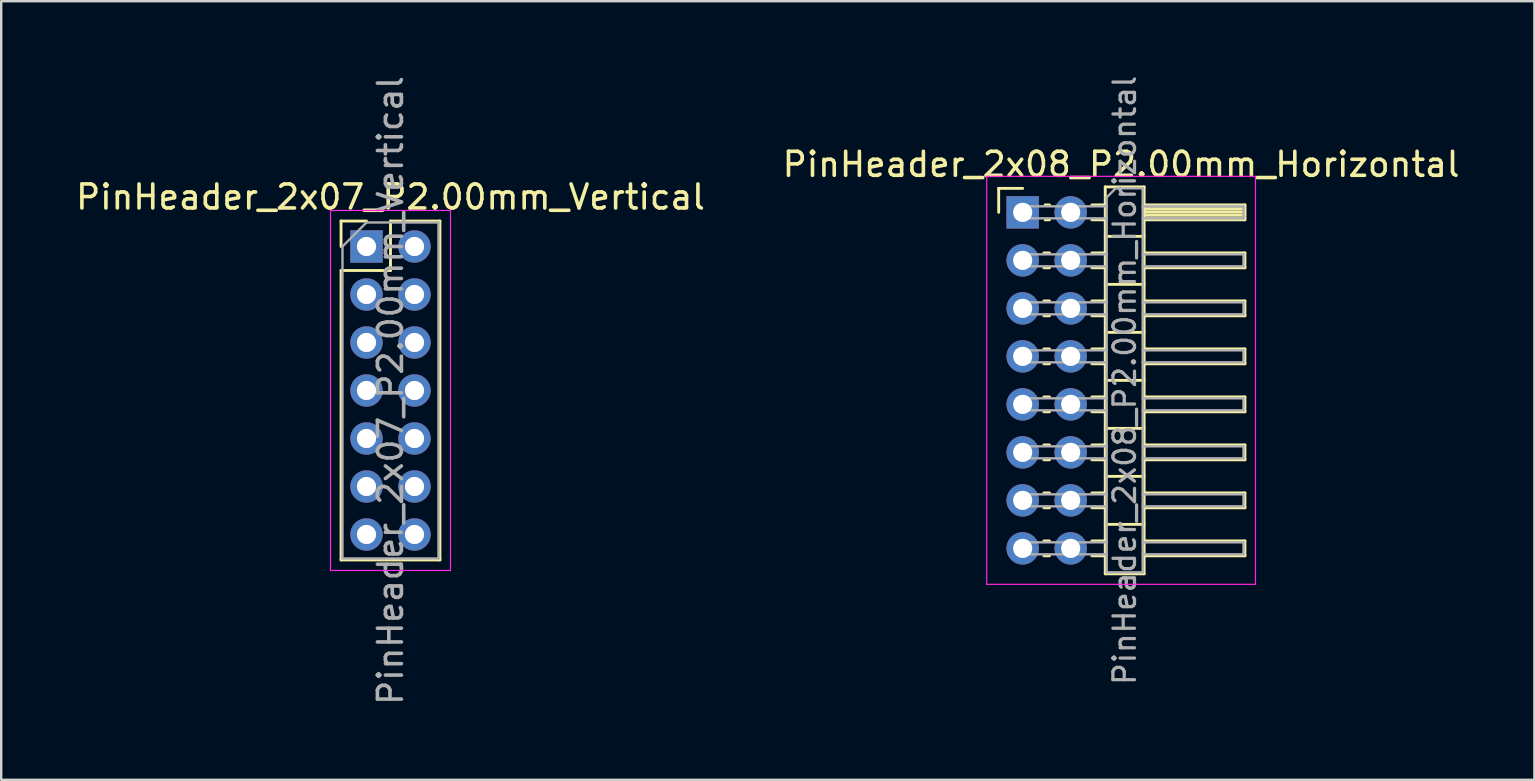
<source format=kicad_pcb>
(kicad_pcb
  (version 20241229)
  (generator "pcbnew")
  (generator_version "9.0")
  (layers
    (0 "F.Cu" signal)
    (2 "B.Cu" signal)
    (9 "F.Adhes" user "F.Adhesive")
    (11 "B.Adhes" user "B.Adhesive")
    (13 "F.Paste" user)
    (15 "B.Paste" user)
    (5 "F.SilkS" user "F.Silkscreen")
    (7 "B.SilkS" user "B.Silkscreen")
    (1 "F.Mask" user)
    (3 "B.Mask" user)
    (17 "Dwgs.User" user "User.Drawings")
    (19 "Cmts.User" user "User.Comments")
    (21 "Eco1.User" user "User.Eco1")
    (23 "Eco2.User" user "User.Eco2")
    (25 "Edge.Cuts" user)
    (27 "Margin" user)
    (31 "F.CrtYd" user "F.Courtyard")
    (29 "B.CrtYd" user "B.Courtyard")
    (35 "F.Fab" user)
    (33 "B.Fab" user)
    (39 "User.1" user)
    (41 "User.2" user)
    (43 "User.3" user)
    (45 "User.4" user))
  (footprint "PinHeader_2x08_P2.00mm_Horizontal"
    (layer "F.Cu")
    (at 39.561 5.798)
    (property "Reference" "PinHeader_2x08_P2.00mm_Horizontal" (at 4.1 -2 0) (layer "F.SilkS") (effects (font (size 1 1) (thickness 0.15))))
    (attr through_hole)
    (fp_line (start -1 -1) (end 0 -1) (stroke (width 0.12) (type solid)) (layer "F.SilkS"))
    (fp_line (start -1 0) (end -1 -1) (stroke (width 0.12) (type solid)) (layer "F.SilkS"))
    (fp_line (start 0.882 1.69) (end 1.118 1.69) (stroke (width 0.12) (type solid)) (layer "F.SilkS"))
    (fp_line (start 0.882 2.31) (end 1.118 2.31) (stroke (width 0.12) (type solid)) (layer "F.SilkS"))
    (fp_line (start 0.882 3.69) (end 1.118 3.69) (stroke (width 0.12) (type solid)) (layer "F.SilkS"))
    (fp_line (start 0.882 4.31) (end 1.118 4.31) (stroke (width 0.12) (type solid)) (layer "F.SilkS"))
    (fp_line (start 0.882 5.69) (end 1.118 5.69) (stroke (width 0.12) (type solid)) (layer "F.SilkS"))
    (fp_line (start 0.882 6.31) (end 1.118 6.31) (stroke (width 0.12) (type solid)) (layer "F.SilkS"))
    (fp_line (start 0.882 7.69) (end 1.118 7.69) (stroke (width 0.12) (type solid)) (layer "F.SilkS"))
    (fp_line (start 0.882 8.31) (end 1.118 8.31) (stroke (width 0.12) (type solid)) (layer "F.SilkS"))
    (fp_line (start 0.882 9.69) (end 1.118 9.69) (stroke (width 0.12) (type solid)) (layer "F.SilkS"))
    (fp_line (start 0.882 10.31) (end 1.118 10.31) (stroke (width 0.12) (type solid)) (layer "F.SilkS"))
    (fp_line (start 0.882 11.69) (end 1.118 11.69) (stroke (width 0.12) (type solid)) (layer "F.SilkS"))
    (fp_line (start 0.882 12.31) (end 1.118 12.31) (stroke (width 0.12) (type solid)) (layer "F.SilkS"))
    (fp_line (start 0.882 13.69) (end 1.118 13.69) (stroke (width 0.12) (type solid)) (layer "F.SilkS"))
    (fp_line (start 0.882 14.31) (end 1.118 14.31) (stroke (width 0.12) (type solid)) (layer "F.SilkS"))
    (fp_line (start 0.935 -0.31) (end 1.118 -0.31) (stroke (width 0.12) (type solid)) (layer "F.SilkS"))
    (fp_line (start 0.935 0.31) (end 1.118 0.31) (stroke (width 0.12) (type solid)) (layer "F.SilkS"))
    (fp_line (start 2.882 -0.31) (end 3.44 -0.31) (stroke (width 0.12) (type solid)) (layer "F.SilkS"))
    (fp_line (start 2.882 0.31) (end 3.44 0.31) (stroke (width 0.12) (type solid)) (layer "F.SilkS"))
    (fp_line (start 2.882 1.69) (end 3.44 1.69) (stroke (width 0.12) (type solid)) (layer "F.SilkS"))
    (fp_line (start 2.882 2.31) (end 3.44 2.31) (stroke (width 0.12) (type solid)) (layer "F.SilkS"))
    (fp_line (start 2.882 3.69) (end 3.44 3.69) (stroke (width 0.12) (type solid)) (layer "F.SilkS"))
    (fp_line (start 2.882 4.31) (end 3.44 4.31) (stroke (width 0.12) (type solid)) (layer "F.SilkS"))
    (fp_line (start 2.882 5.69) (end 3.44 5.69) (stroke (width 0.12) (type solid)) (layer "F.SilkS"))
    (fp_line (start 2.882 6.31) (end 3.44 6.31) (stroke (width 0.12) (type solid)) (layer "F.SilkS"))
    (fp_line (start 2.882 7.69) (end 3.44 7.69) (stroke (width 0.12) (type solid)) (layer "F.SilkS"))
    (fp_line (start 2.882 8.31) (end 3.44 8.31) (stroke (width 0.12) (type solid)) (layer "F.SilkS"))
    (fp_line (start 2.882 9.69) (end 3.44 9.69) (stroke (width 0.12) (type solid)) (layer "F.SilkS"))
    (fp_line (start 2.882 10.31) (end 3.44 10.31) (stroke (width 0.12) (type solid)) (layer "F.SilkS"))
    (fp_line (start 2.882 11.69) (end 3.44 11.69) (stroke (width 0.12) (type solid)) (layer "F.SilkS"))
    (fp_line (start 2.882 12.31) (end 3.44 12.31) (stroke (width 0.12) (type solid)) (layer "F.SilkS"))
    (fp_line (start 2.882 13.69) (end 3.44 13.69) (stroke (width 0.12) (type solid)) (layer "F.SilkS"))
    (fp_line (start 2.882 14.31) (end 3.44 14.31) (stroke (width 0.12) (type solid)) (layer "F.SilkS"))
    (fp_line (start 3.44 -1.06) (end 3.44 15.06) (stroke (width 0.12) (type solid)) (layer "F.SilkS"))
    (fp_line (start 3.44 1) (end 5.06 1) (stroke (width 0.12) (type solid)) (layer "F.SilkS"))
    (fp_line (start 3.44 3) (end 5.06 3) (stroke (width 0.12) (type solid)) (layer "F.SilkS"))
    (fp_line (start 3.44 5) (end 5.06 5) (stroke (width 0.12) (type solid)) (layer "F.SilkS"))
    (fp_line (start 3.44 7) (end 5.06 7) (stroke (width 0.12) (type solid)) (layer "F.SilkS"))
    (fp_line (start 3.44 9) (end 5.06 9) (stroke (width 0.12) (type solid)) (layer "F.SilkS"))
    (fp_line (start 3.44 11) (end 5.06 11) (stroke (width 0.12) (type solid)) (layer "F.SilkS"))
    (fp_line (start 3.44 13) (end 5.06 13) (stroke (width 0.12) (type solid)) (layer "F.SilkS"))
    (fp_line (start 3.44 15.06) (end 5.06 15.06) (stroke (width 0.12) (type solid)) (layer "F.SilkS"))
    (fp_line (start 5.06 -1.06) (end 3.44 -1.06) (stroke (width 0.12) (type solid)) (layer "F.SilkS"))
    (fp_line (start 5.06 -0.31) (end 9.26 -0.31) (stroke (width 0.12) (type solid)) (layer "F.SilkS"))
    (fp_line (start 5.06 -0.25) (end 9.26 -0.25) (stroke (width 0.12) (type solid)) (layer "F.SilkS"))
    (fp_line (start 5.06 -0.13) (end 9.26 -0.13) (stroke (width 0.12) (type solid)) (layer "F.SilkS"))
    (fp_line (start 5.06 -0.01) (end 9.26 -0.01) (stroke (width 0.12) (type solid)) (layer "F.SilkS"))
    (fp_line (start 5.06 0.11) (end 9.26 0.11) (stroke (width 0.12) (type solid)) (layer "F.SilkS"))
    (fp_line (start 5.06 0.23) (end 9.26 0.23) (stroke (width 0.12) (type solid)) (layer "F.SilkS"))
    (fp_line (start 5.06 1.69) (end 9.26 1.69) (stroke (width 0.12) (type solid)) (layer "F.SilkS"))
    (fp_line (start 5.06 3.69) (end 9.26 3.69) (stroke (width 0.12) (type solid)) (layer "F.SilkS"))
    (fp_line (start 5.06 5.69) (end 9.26 5.69) (stroke (width 0.12) (type solid)) (layer "F.SilkS"))
    (fp_line (start 5.06 7.69) (end 9.26 7.69) (stroke (width 0.12) (type solid)) (layer "F.SilkS"))
    (fp_line (start 5.06 9.69) (end 9.26 9.69) (stroke (width 0.12) (type solid)) (layer "F.SilkS"))
    (fp_line (start 5.06 11.69) (end 9.26 11.69) (stroke (width 0.12) (type solid)) (layer "F.SilkS"))
    (fp_line (start 5.06 13.69) (end 9.26 13.69) (stroke (width 0.12) (type solid)) (layer "F.SilkS"))
    (fp_line (start 5.06 15.06) (end 5.06 -1.06) (stroke (width 0.12) (type solid)) (layer "F.SilkS"))
    (fp_line (start 9.26 -0.31) (end 9.26 0.31) (stroke (width 0.12) (type solid)) (layer "F.SilkS"))
    (fp_line (start 9.26 0.31) (end 5.06 0.31) (stroke (width 0.12) (type solid)) (layer "F.SilkS"))
    (fp_line (start 9.26 1.69) (end 9.26 2.31) (stroke (width 0.12) (type solid)) (layer "F.SilkS"))
    (fp_line (start 9.26 2.31) (end 5.06 2.31) (stroke (width 0.12) (type solid)) (layer "F.SilkS"))
    (fp_line (start 9.26 3.69) (end 9.26 4.31) (stroke (width 0.12) (type solid)) (layer "F.SilkS"))
    (fp_line (start 9.26 4.31) (end 5.06 4.31) (stroke (width 0.12) (type solid)) (layer "F.SilkS"))
    (fp_line (start 9.26 5.69) (end 9.26 6.31) (stroke (width 0.12) (type solid)) (layer "F.SilkS"))
    (fp_line (start 9.26 6.31) (end 5.06 6.31) (stroke (width 0.12) (type solid)) (layer "F.SilkS"))
    (fp_line (start 9.26 7.69) (end 9.26 8.31) (stroke (width 0.12) (type solid)) (layer "F.SilkS"))
    (fp_line (start 9.26 8.31) (end 5.06 8.31) (stroke (width 0.12) (type solid)) (layer "F.SilkS"))
    (fp_line (start 9.26 9.69) (end 9.26 10.31) (stroke (width 0.12) (type solid)) (layer "F.SilkS"))
    (fp_line (start 9.26 10.31) (end 5.06 10.31) (stroke (width 0.12) (type solid)) (layer "F.SilkS"))
    (fp_line (start 9.26 11.69) (end 9.26 12.31) (stroke (width 0.12) (type solid)) (layer "F.SilkS"))
    (fp_line (start 9.26 12.31) (end 5.06 12.31) (stroke (width 0.12) (type solid)) (layer "F.SilkS"))
    (fp_line (start 9.26 13.69) (end 9.26 14.31) (stroke (width 0.12) (type solid)) (layer "F.SilkS"))
    (fp_line (start 9.26 14.31) (end 5.06 14.31) (stroke (width 0.12) (type solid)) (layer "F.SilkS"))
    (fp_line (start -1.5 -1.5) (end -1.5 15.5) (stroke (width 0.05) (type solid)) (layer "F.CrtYd"))
    (fp_line (start -1.5 15.5) (end 9.7 15.5) (stroke (width 0.05) (type solid)) (layer "F.CrtYd"))
    (fp_line (start 9.7 -1.5) (end -1.5 -1.5) (stroke (width 0.05) (type solid)) (layer "F.CrtYd"))
    (fp_line (start 9.7 15.5) (end 9.7 -1.5) (stroke (width 0.05) (type solid)) (layer "F.CrtYd"))
    (fp_line (start -0.25 -0.25) (end -0.25 0.25) (stroke (width 0.1) (type solid)) (layer "F.Fab"))
    (fp_line (start -0.25 -0.25) (end 3.5 -0.25) (stroke (width 0.1) (type solid)) (layer "F.Fab"))
    (fp_line (start -0.25 0.25) (end 3.5 0.25) (stroke (width 0.1) (type solid)) (layer "F.Fab"))
    (fp_line (start -0.25 1.75) (end -0.25 2.25) (stroke (width 0.1) (type solid)) (layer "F.Fab"))
    (fp_line (start -0.25 1.75) (end 3.5 1.75) (stroke (width 0.1) (type solid)) (layer "F.Fab"))
    (fp_line (start -0.25 2.25) (end 3.5 2.25) (stroke (width 0.1) (type solid)) (layer "F.Fab"))
    (fp_line (start -0.25 3.75) (end -0.25 4.25) (stroke (width 0.1) (type solid)) (layer "F.Fab"))
    (fp_line (start -0.25 3.75) (end 3.5 3.75) (stroke (width 0.1) (type solid)) (layer "F.Fab"))
    (fp_line (start -0.25 4.25) (end 3.5 4.25) (stroke (width 0.1) (type solid)) (layer "F.Fab"))
    (fp_line (start -0.25 5.75) (end -0.25 6.25) (stroke (width 0.1) (type solid)) (layer "F.Fab"))
    (fp_line (start -0.25 5.75) (end 3.5 5.75) (stroke (width 0.1) (type solid)) (layer "F.Fab"))
    (fp_line (start -0.25 6.25) (end 3.5 6.25) (stroke (width 0.1) (type solid)) (layer "F.Fab"))
    (fp_line (start -0.25 7.75) (end -0.25 8.25) (stroke (width 0.1) (type solid)) (layer "F.Fab"))
    (fp_line (start -0.25 7.75) (end 3.5 7.75) (stroke (width 0.1) (type solid)) (layer "F.Fab"))
    (fp_line (start -0.25 8.25) (end 3.5 8.25) (stroke (width 0.1) (type solid)) (layer "F.Fab"))
    (fp_line (start -0.25 9.75) (end -0.25 10.25) (stroke (width 0.1) (type solid)) (layer "F.Fab"))
    (fp_line (start -0.25 9.75) (end 3.5 9.75) (stroke (width 0.1) (type solid)) (layer "F.Fab"))
    (fp_line (start -0.25 10.25) (end 3.5 10.25) (stroke (width 0.1) (type solid)) (layer "F.Fab"))
    (fp_line (start -0.25 11.75) (end -0.25 12.25) (stroke (width 0.1) (type solid)) (layer "F.Fab"))
    (fp_line (start -0.25 11.75) (end 3.5 11.75) (stroke (width 0.1) (type solid)) (layer "F.Fab"))
    (fp_line (start -0.25 12.25) (end 3.5 12.25) (stroke (width 0.1) (type solid)) (layer "F.Fab"))
    (fp_line (start -0.25 13.75) (end -0.25 14.25) (stroke (width 0.1) (type solid)) (layer "F.Fab"))
    (fp_line (start -0.25 13.75) (end 3.5 13.75) (stroke (width 0.1) (type solid)) (layer "F.Fab"))
    (fp_line (start -0.25 14.25) (end 3.5 14.25) (stroke (width 0.1) (type solid)) (layer "F.Fab"))
    (fp_line (start 3.5 -0.625) (end 3.875 -1) (stroke (width 0.1) (type solid)) (layer "F.Fab"))
    (fp_line (start 3.5 15) (end 3.5 -0.625) (stroke (width 0.1) (type solid)) (layer "F.Fab"))
    (fp_line (start 3.875 -1) (end 5 -1) (stroke (width 0.1) (type solid)) (layer "F.Fab"))
    (fp_line (start 5 -1) (end 5 15) (stroke (width 0.1) (type solid)) (layer "F.Fab"))
    (fp_line (start 5 -0.25) (end 9.2 -0.25) (stroke (width 0.1) (type solid)) (layer "F.Fab"))
    (fp_line (start 5 0.25) (end 9.2 0.25) (stroke (width 0.1) (type solid)) (layer "F.Fab"))
    (fp_line (start 5 1.75) (end 9.2 1.75) (stroke (width 0.1) (type solid)) (layer "F.Fab"))
    (fp_line (start 5 2.25) (end 9.2 2.25) (stroke (width 0.1) (type solid)) (layer "F.Fab"))
    (fp_line (start 5 3.75) (end 9.2 3.75) (stroke (width 0.1) (type solid)) (layer "F.Fab"))
    (fp_line (start 5 4.25) (end 9.2 4.25) (stroke (width 0.1) (type solid)) (layer "F.Fab"))
    (fp_line (start 5 5.75) (end 9.2 5.75) (stroke (width 0.1) (type solid)) (layer "F.Fab"))
    (fp_line (start 5 6.25) (end 9.2 6.25) (stroke (width 0.1) (type solid)) (layer "F.Fab"))
    (fp_line (start 5 7.75) (end 9.2 7.75) (stroke (width 0.1) (type solid)) (layer "F.Fab"))
    (fp_line (start 5 8.25) (end 9.2 8.25) (stroke (width 0.1) (type solid)) (layer "F.Fab"))
    (fp_line (start 5 9.75) (end 9.2 9.75) (stroke (width 0.1) (type solid)) (layer "F.Fab"))
    (fp_line (start 5 10.25) (end 9.2 10.25) (stroke (width 0.1) (type solid)) (layer "F.Fab"))
    (fp_line (start 5 11.75) (end 9.2 11.75) (stroke (width 0.1) (type solid)) (layer "F.Fab"))
    (fp_line (start 5 12.25) (end 9.2 12.25) (stroke (width 0.1) (type solid)) (layer "F.Fab"))
    (fp_line (start 5 13.75) (end 9.2 13.75) (stroke (width 0.1) (type solid)) (layer "F.Fab"))
    (fp_line (start 5 14.25) (end 9.2 14.25) (stroke (width 0.1) (type solid)) (layer "F.Fab"))
    (fp_line (start 5 15) (end 3.5 15) (stroke (width 0.1) (type solid)) (layer "F.Fab"))
    (fp_line (start 9.2 -0.25) (end 9.2 0.25) (stroke (width 0.1) (type solid)) (layer "F.Fab"))
    (fp_line (start 9.2 1.75) (end 9.2 2.25) (stroke (width 0.1) (type solid)) (layer "F.Fab"))
    (fp_line (start 9.2 3.75) (end 9.2 4.25) (stroke (width 0.1) (type solid)) (layer "F.Fab"))
    (fp_line (start 9.2 5.75) (end 9.2 6.25) (stroke (width 0.1) (type solid)) (layer "F.Fab"))
    (fp_line (start 9.2 7.75) (end 9.2 8.25) (stroke (width 0.1) (type solid)) (layer "F.Fab"))
    (fp_line (start 9.2 9.75) (end 9.2 10.25) (stroke (width 0.1) (type solid)) (layer "F.Fab"))
    (fp_line (start 9.2 11.75) (end 9.2 12.25) (stroke (width 0.1) (type solid)) (layer "F.Fab"))
    (fp_line (start 9.2 13.75) (end 9.2 14.25) (stroke (width 0.1) (type solid)) (layer "F.Fab"))
    (fp_text user "${REFERENCE}" (at 4.25 7 90) (layer "F.Fab") (effects (font (size 0.9 0.9) (thickness 0.135))))
    (pad "1" thru_hole rect (at 0 0) (size 1.35 1.35) (drill 0.8) (layers "*.Cu" "*.Mask"))
    (pad "2" thru_hole oval (at 2 0) (size 1.35 1.35) (drill 0.8) (layers "*.Cu" "*.Mask"))
    (pad "3" thru_hole oval (at 0 2) (size 1.35 1.35) (drill 0.8) (layers "*.Cu" "*.Mask"))
    (pad "4" thru_hole oval (at 2 2) (size 1.35 1.35) (drill 0.8) (layers "*.Cu" "*.Mask"))
    (pad "5" thru_hole oval (at 0 4) (size 1.35 1.35) (drill 0.8) (layers "*.Cu" "*.Mask"))
    (pad "6" thru_hole oval (at 2 4) (size 1.35 1.35) (drill 0.8) (layers "*.Cu" "*.Mask"))
    (pad "7" thru_hole oval (at 0 6) (size 1.35 1.35) (drill 0.8) (layers "*.Cu" "*.Mask"))
    (pad "8" thru_hole oval (at 2 6) (size 1.35 1.35) (drill 0.8) (layers "*.Cu" "*.Mask"))
    (pad "9" thru_hole oval (at 0 8) (size 1.35 1.35) (drill 0.8) (layers "*.Cu" "*.Mask"))
    (pad "10" thru_hole oval (at 2 8) (size 1.35 1.35) (drill 0.8) (layers "*.Cu" "*.Mask"))
    (pad "11" thru_hole oval (at 0 10) (size 1.35 1.35) (drill 0.8) (layers "*.Cu" "*.Mask"))
    (pad "12" thru_hole oval (at 2 10) (size 1.35 1.35) (drill 0.8) (layers "*.Cu" "*.Mask"))
    (pad "13" thru_hole oval (at 0 12) (size 1.35 1.35) (drill 0.8) (layers "*.Cu" "*.Mask"))
    (pad "14" thru_hole oval (at 2 12) (size 1.35 1.35) (drill 0.8) (layers "*.Cu" "*.Mask"))
    (pad "15" thru_hole oval (at 0 14) (size 1.35 1.35) (drill 0.8) (layers "*.Cu" "*.Mask"))
    (pad "16" thru_hole oval (at 2 14) (size 1.35 1.35) (drill 0.8) (layers "*.Cu" "*.Mask")))
  (footprint "PinHeader_2x07_P2.00mm_Vertical"
    (layer "F.Cu")
    (at 12.22 7.22)
    (property "Reference" "PinHeader_2x07_P2.00mm_Vertical" (at 1 -2.06 0) (layer "F.SilkS") (effects (font (size 1 1) (thickness 0.15))))
    (attr through_hole)
    (fp_line (start -1.06 -1.06) (end 0 -1.06) (stroke (width 0.12) (type solid)) (layer "F.SilkS"))
    (fp_line (start -1.06 0) (end -1.06 -1.06) (stroke (width 0.12) (type solid)) (layer "F.SilkS"))
    (fp_line (start -1.06 1) (end -1.06 13.06) (stroke (width 0.12) (type solid)) (layer "F.SilkS"))
    (fp_line (start -1.06 1) (end 1 1) (stroke (width 0.12) (type solid)) (layer "F.SilkS"))
    (fp_line (start -1.06 13.06) (end 3.06 13.06) (stroke (width 0.12) (type solid)) (layer "F.SilkS"))
    (fp_line (start 1 -1.06) (end 3.06 -1.06) (stroke (width 0.12) (type solid)) (layer "F.SilkS"))
    (fp_line (start 1 1) (end 1 -1.06) (stroke (width 0.12) (type solid)) (layer "F.SilkS"))
    (fp_line (start 3.06 -1.06) (end 3.06 13.06) (stroke (width 0.12) (type solid)) (layer "F.SilkS"))
    (fp_line (start -1.5 -1.5) (end -1.5 13.5) (stroke (width 0.05) (type solid)) (layer "F.CrtYd"))
    (fp_line (start -1.5 13.5) (end 3.5 13.5) (stroke (width 0.05) (type solid)) (layer "F.CrtYd"))
    (fp_line (start 3.5 -1.5) (end -1.5 -1.5) (stroke (width 0.05) (type solid)) (layer "F.CrtYd"))
    (fp_line (start 3.5 13.5) (end 3.5 -1.5) (stroke (width 0.05) (type solid)) (layer "F.CrtYd"))
    (fp_line (start -1 0) (end 0 -1) (stroke (width 0.1) (type solid)) (layer "F.Fab"))
    (fp_line (start -1 13) (end -1 0) (stroke (width 0.1) (type solid)) (layer "F.Fab"))
    (fp_line (start 0 -1) (end 3 -1) (stroke (width 0.1) (type solid)) (layer "F.Fab"))
    (fp_line (start 3 -1) (end 3 13) (stroke (width 0.1) (type solid)) (layer "F.Fab"))
    (fp_line (start 3 13) (end -1 13) (stroke (width 0.1) (type solid)) (layer "F.Fab"))
    (fp_text user "${REFERENCE}" (at 1 6 90) (layer "F.Fab") (effects (font (size 1 1) (thickness 0.15))))
    (pad "1" thru_hole rect (at 0 0) (size 1.35 1.35) (drill 0.8) (layers "*.Cu" "*.Mask"))
    (pad "2" thru_hole oval (at 2 0) (size 1.35 1.35) (drill 0.8) (layers "*.Cu" "*.Mask"))
    (pad "3" thru_hole oval (at 0 2) (size 1.35 1.35) (drill 0.8) (layers "*.Cu" "*.Mask"))
    (pad "4" thru_hole oval (at 2 2) (size 1.35 1.35) (drill 0.8) (layers "*.Cu" "*.Mask"))
    (pad "5" thru_hole oval (at 0 4) (size 1.35 1.35) (drill 0.8) (layers "*.Cu" "*.Mask"))
    (pad "6" thru_hole oval (at 2 4) (size 1.35 1.35) (drill 0.8) (layers "*.Cu" "*.Mask"))
    (pad "7" thru_hole oval (at 0 6) (size 1.35 1.35) (drill 0.8) (layers "*.Cu" "*.Mask"))
    (pad "8" thru_hole oval (at 2 6) (size 1.35 1.35) (drill 0.8) (layers "*.Cu" "*.Mask"))
    (pad "9" thru_hole oval (at 0 8) (size 1.35 1.35) (drill 0.8) (layers "*.Cu" "*.Mask"))
    (pad "10" thru_hole oval (at 2 8) (size 1.35 1.35) (drill 0.8) (layers "*.Cu" "*.Mask"))
    (pad "11" thru_hole oval (at 0 10) (size 1.35 1.35) (drill 0.8) (layers "*.Cu" "*.Mask"))
    (pad "12" thru_hole oval (at 2 10) (size 1.35 1.35) (drill 0.8) (layers "*.Cu" "*.Mask"))
    (pad "13" thru_hole oval (at 0 12) (size 1.35 1.35) (drill 0.8) (layers "*.Cu" "*.Mask"))
    (pad "14" thru_hole oval (at 2 12) (size 1.35 1.35) (drill 0.8) (layers "*.Cu" "*.Mask")))
  (gr_rect
    (start -3 -3)
    (end 60.881 29.44)
    (stroke (width 0.1) (type default))
    (fill no)
    (layer "Edge.Cuts")))
</source>
